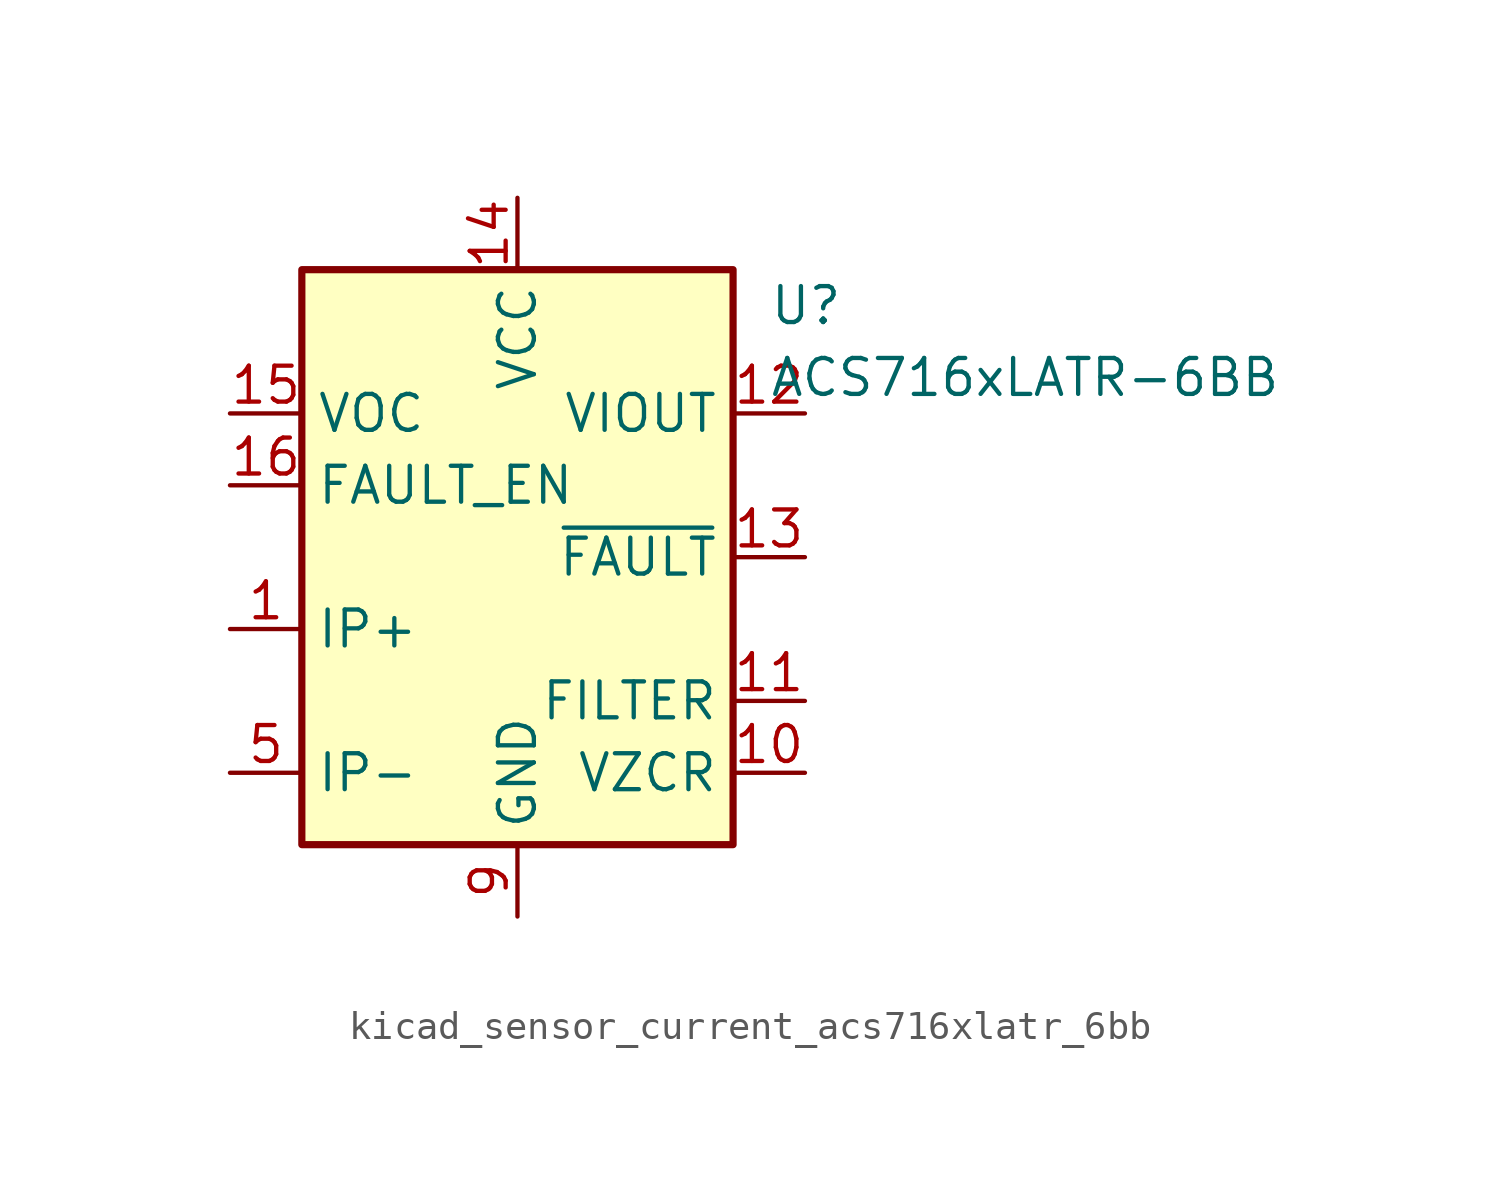
<source format=kicad_sym>
(kicad_symbol_lib
  (version 20220914)
  (generator kicad_symbol_editor)
  (symbol "kicad_sensor_current_acs716xlatr_6bb"
    (property "Reference" "U"
      (at 8.89 8.89 0)
      (effects (font (size 1.27 1.27)) (justify left)))
    (property "Value" "ACS716xLATR-6BB"
      (at 8.89 6.35 0)
      (effects (font (size 1.27 1.27)) (justify left)))
    (symbol "kicad_sensor_current_acs716xlatr_6bb_0_1"
      (rectangle (start -7.62 10.16) (end 7.62 -10.16) (stroke (width 0.254) (type default)) (fill (type background))))
    (symbol "kicad_sensor_current_acs716xlatr_6bb_1_1"
      (pin passive line (at -10.16 -2.54 0) (length 2.54) (name "IP+" (effects (font (size 1.27 1.27)))) (number "1" (effects (font (size 1.27 1.27)))))
      (pin passive line (at 10.16 -7.62 180) (length 2.54) (name "VZCR" (effects (font (size 1.27 1.27)))) (number "10" (effects (font (size 1.27 1.27)))))
      (pin passive line (at 10.16 -5.08 180) (length 2.54) (name "FILTER" (effects (font (size 1.27 1.27)))) (number "11" (effects (font (size 1.27 1.27)))))
      (pin output line (at 10.16 5.08 180) (length 2.54) (name "VIOUT" (effects (font (size 1.27 1.27)))) (number "12" (effects (font (size 1.27 1.27)))))
      (pin output line (at 10.16 0 180) (length 2.54) (name "~{FAULT}" (effects (font (size 1.27 1.27)))) (number "13" (effects (font (size 1.27 1.27)))))
      (pin power_in line (at 0 12.7 270) (length 2.54) (name "VCC" (effects (font (size 1.27 1.27)))) (number "14" (effects (font (size 1.27 1.27)))))
      (pin input line (at -10.16 5.08 0) (length 2.54) (name "VOC" (effects (font (size 1.27 1.27)))) (number "15" (effects (font (size 1.27 1.27)))))
      (pin input line (at -10.16 2.54 0) (length 2.54) (name "FAULT_EN" (effects (font (size 1.27 1.27)))) (number "16" (effects (font (size 1.27 1.27)))))
      (pin passive line (at -10.16 -2.54 0) (length 2.54) hide (name "IP+" (effects (font (size 1.27 1.27)))) (number "2" (effects (font (size 1.27 1.27)))))
      (pin passive line (at -10.16 -2.54 0) (length 2.54) hide (name "IP+" (effects (font (size 1.27 1.27)))) (number "3" (effects (font (size 1.27 1.27)))))
      (pin passive line (at -10.16 -2.54 0) (length 2.54) hide (name "IP+" (effects (font (size 1.27 1.27)))) (number "4" (effects (font (size 1.27 1.27)))))
      (pin passive line (at -10.16 -7.62 0) (length 2.54) (name "IP-" (effects (font (size 1.27 1.27)))) (number "5" (effects (font (size 1.27 1.27)))))
      (pin passive line (at -10.16 -7.62 0) (length 2.54) hide (name "IP-" (effects (font (size 1.27 1.27)))) (number "6" (effects (font (size 1.27 1.27)))))
      (pin passive line (at -10.16 -7.62 0) (length 2.54) hide (name "IP-" (effects (font (size 1.27 1.27)))) (number "7" (effects (font (size 1.27 1.27)))))
      (pin passive line (at -10.16 -7.62 0) (length 2.54) hide (name "IP-" (effects (font (size 1.27 1.27)))) (number "8" (effects (font (size 1.27 1.27)))))
      (pin power_in line (at 0 -12.7 90) (length 2.54) (name "GND" (effects (font (size 1.27 1.27)))) (number "9" (effects (font (size 1.27 1.27))))))))
</source>
